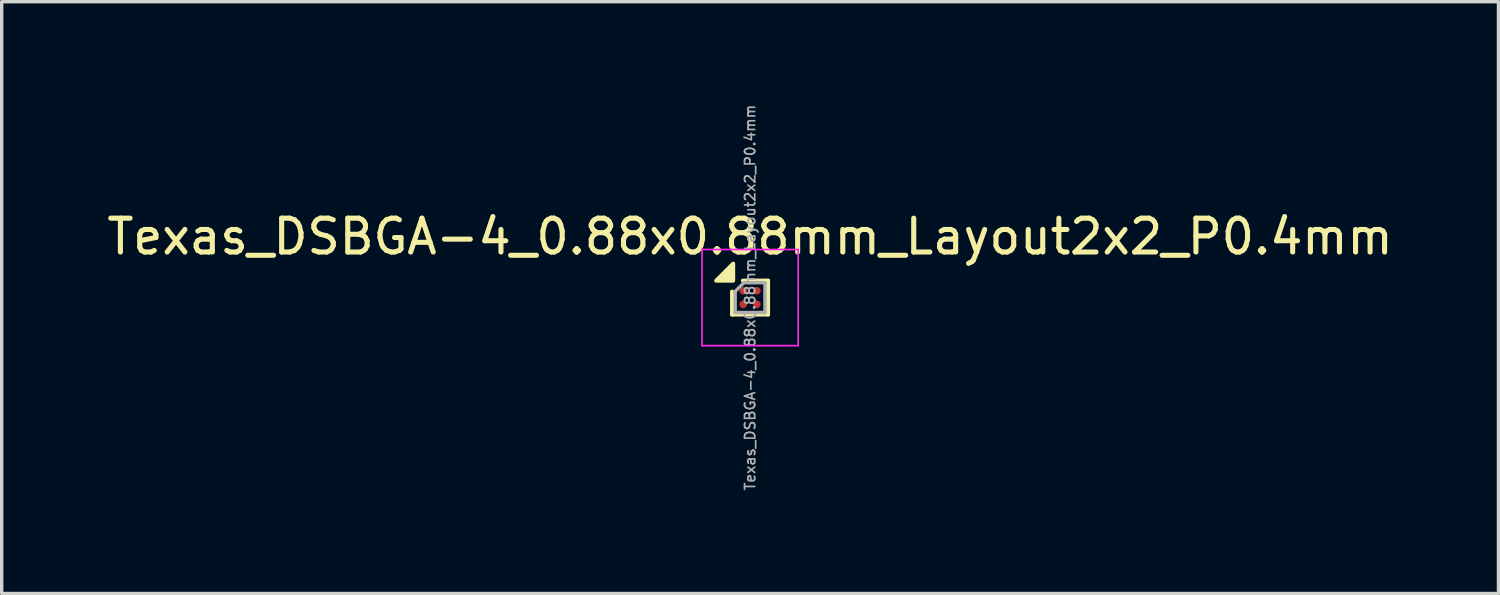
<source format=kicad_pcb>
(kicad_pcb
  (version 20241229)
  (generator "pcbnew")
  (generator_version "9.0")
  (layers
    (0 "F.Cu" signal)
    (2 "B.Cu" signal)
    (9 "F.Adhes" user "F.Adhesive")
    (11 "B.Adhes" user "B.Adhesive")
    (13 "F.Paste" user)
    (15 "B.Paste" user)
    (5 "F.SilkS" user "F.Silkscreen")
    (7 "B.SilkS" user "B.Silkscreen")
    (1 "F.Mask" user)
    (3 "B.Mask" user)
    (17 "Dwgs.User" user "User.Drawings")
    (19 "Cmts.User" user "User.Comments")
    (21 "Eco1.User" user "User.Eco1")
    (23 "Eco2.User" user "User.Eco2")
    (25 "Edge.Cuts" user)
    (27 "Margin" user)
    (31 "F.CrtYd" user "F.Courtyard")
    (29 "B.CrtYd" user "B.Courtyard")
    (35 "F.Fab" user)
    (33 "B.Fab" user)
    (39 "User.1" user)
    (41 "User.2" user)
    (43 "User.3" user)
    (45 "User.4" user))
  (footprint "Texas_DSBGA-4_0.88x0.88mm_Layout2x2_P0.4mm"
    (layer "F.Cu")
    (at 19.101 5.738)
    (property "Reference" "Texas_DSBGA-4_0.88x0.88mm_Layout2x2_P0.4mm" (at 0 -1.8 0) (layer "F.SilkS") (effects (font (size 1 1) (thickness 0.15))))
    (attr smd)
    (fp_line (start -0.531 -0.176) (end -0.531 0.5) (stroke (width 0.12) (type solid)) (layer "F.SilkS"))
    (fp_line (start -0.531 0.5) (end 0.531 0.5) (stroke (width 0.12) (type solid)) (layer "F.SilkS"))
    (fp_line (start 0.531 -0.5) (end -0.211 -0.5) (stroke (width 0.12) (type solid)) (layer "F.SilkS"))
    (fp_line (start 0.531 -0.5) (end 0.531 0.5) (stroke (width 0.12) (type solid)) (layer "F.SilkS"))
    (fp_poly (pts (xy -0.5 -0.5) (xy -1 -0.5) (xy -0.5 -1) (xy -0.5 -0.5)) (stroke (width 0.12) (type solid)) (fill yes) (layer "F.SilkS"))
    (fp_line (start -1.42 -1.42) (end -1.42 1.42) (stroke (width 0.05) (type solid)) (layer "F.CrtYd"))
    (fp_line (start -1.42 -1.42) (end 1.42 -1.42) (stroke (width 0.05) (type solid)) (layer "F.CrtYd"))
    (fp_line (start 1.42 1.42) (end -1.42 1.42) (stroke (width 0.05) (type solid)) (layer "F.CrtYd"))
    (fp_line (start 1.42 1.42) (end 1.42 -1.42) (stroke (width 0.05) (type solid)) (layer "F.CrtYd"))
    (fp_line (start -0.44 -0.182) (end -0.44 0.44) (stroke (width 0.1) (type solid)) (layer "F.Fab"))
    (fp_line (start -0.44 -0.182) (end -0.182 -0.44) (stroke (width 0.1) (type solid)) (layer "F.Fab"))
    (fp_line (start -0.44 0.44) (end 0.44 0.44) (stroke (width 0.1) (type solid)) (layer "F.Fab"))
    (fp_line (start 0.44 -0.44) (end -0.182 -0.44) (stroke (width 0.1) (type solid)) (layer "F.Fab"))
    (fp_line (start 0.44 0.44) (end 0.44 -0.44) (stroke (width 0.1) (type solid)) (layer "F.Fab"))
    (fp_text user "${REFERENCE}" (at 0 0 90) (layer "F.Fab") (effects (font (size 0.3 0.3) (thickness 0.05))))
    (pad "" smd rect (at -0.2 -0.2) (size 0.25 0.25) (layers "F.Paste"))
    (pad "" smd rect (at -0.2 0.2) (size 0.25 0.25) (layers "F.Paste"))
    (pad "" smd rect (at 0.2 -0.2) (size 0.25 0.25) (layers "F.Paste"))
    (pad "" smd rect (at 0.2 0.2) (size 0.25 0.25) (layers "F.Paste"))
    (pad "A1" smd circle (at -0.2 -0.2) (size 0.225 0.225) (property pad_prop_bga) (layers "F.Cu" "F.Mask"))
    (pad "A2" smd circle (at 0.2 -0.2) (size 0.225 0.225) (property pad_prop_bga) (layers "F.Cu" "F.Mask"))
    (pad "B1" smd circle (at -0.2 0.2) (size 0.225 0.225) (property pad_prop_bga) (layers "F.Cu" "F.Mask"))
    (pad "B2" smd circle (at 0.2 0.2) (size 0.225 0.225) (property pad_prop_bga) (layers "F.Cu" "F.Mask")))
  (gr_rect
    (start -3 -3)
    (end 41.202 14.476)
    (stroke (width 0.1) (type default))
    (fill no)
    (layer "Edge.Cuts")))
</source>
